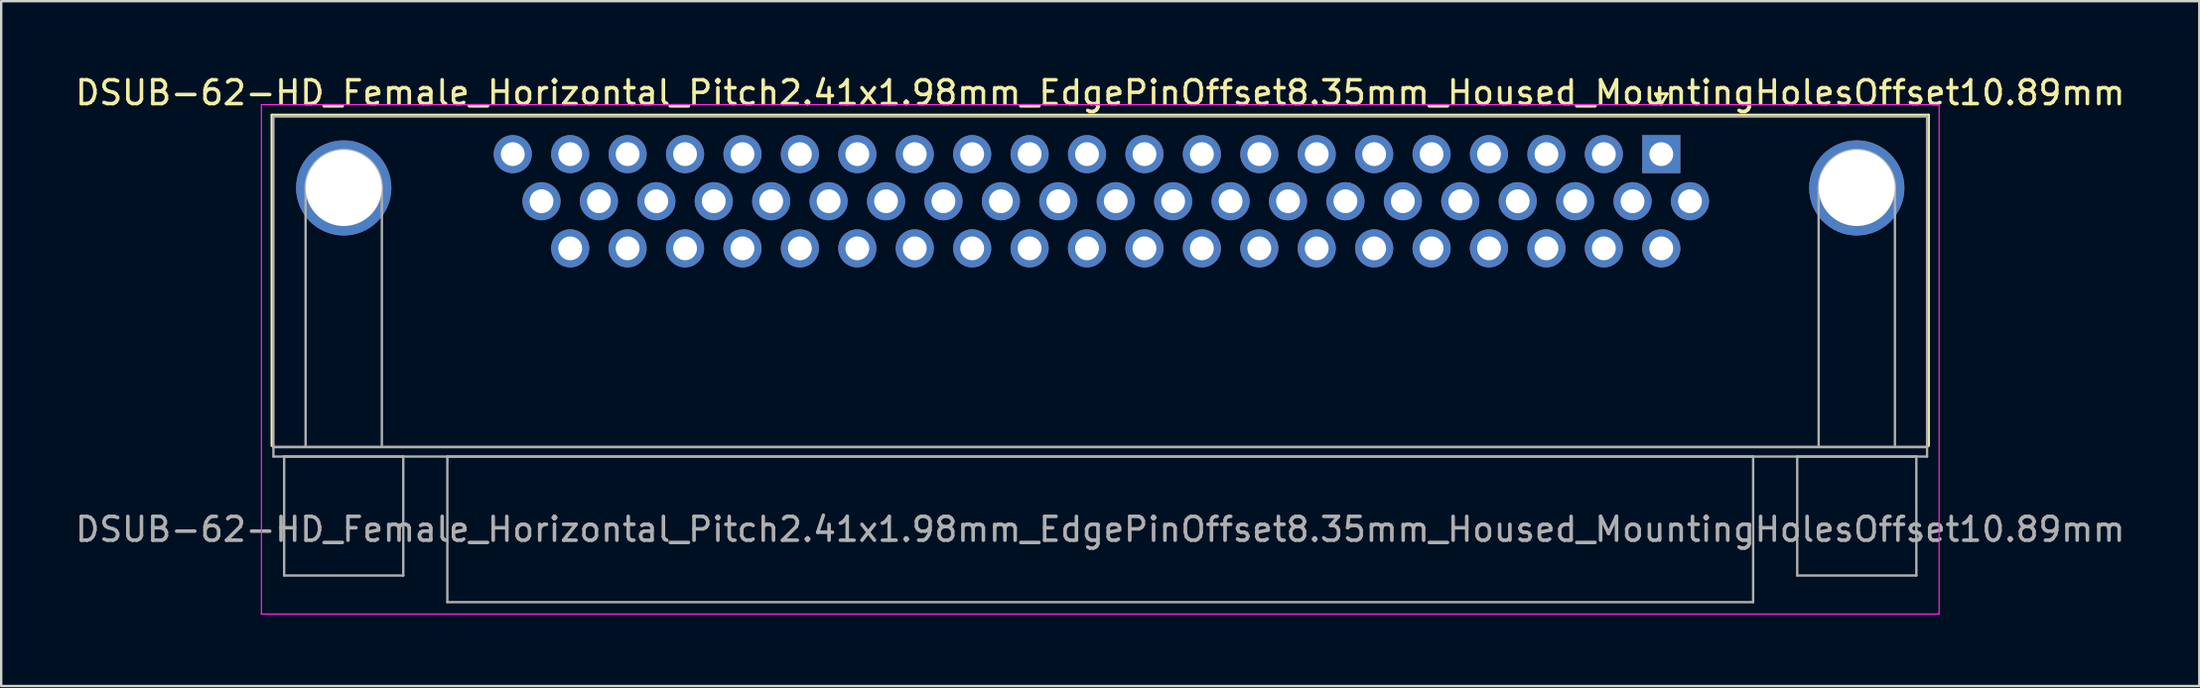
<source format=kicad_pcb>
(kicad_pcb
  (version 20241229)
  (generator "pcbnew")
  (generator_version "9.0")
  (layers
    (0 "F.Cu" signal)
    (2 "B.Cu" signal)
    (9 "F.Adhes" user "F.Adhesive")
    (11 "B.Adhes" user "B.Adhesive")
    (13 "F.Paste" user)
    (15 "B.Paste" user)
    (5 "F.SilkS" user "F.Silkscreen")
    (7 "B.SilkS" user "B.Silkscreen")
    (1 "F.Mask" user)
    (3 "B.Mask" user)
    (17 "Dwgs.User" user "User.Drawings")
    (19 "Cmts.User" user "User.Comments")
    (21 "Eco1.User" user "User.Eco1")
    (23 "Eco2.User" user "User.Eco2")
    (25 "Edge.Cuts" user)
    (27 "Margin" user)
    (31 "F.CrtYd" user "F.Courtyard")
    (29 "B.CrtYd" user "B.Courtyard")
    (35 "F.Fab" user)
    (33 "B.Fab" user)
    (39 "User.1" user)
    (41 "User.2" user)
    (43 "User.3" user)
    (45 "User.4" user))
  (footprint "DSUB-62-HD_Female_Horizontal_Pitch2.41x1.98mm_EdgePinOffset8.35mm_Housed_MountingHolesOffset10.89mm"
    (layer "F.Cu")
    (at 66.67 3.428)
    (property "Reference" "DSUB-62-HD_Female_Horizontal_Pitch2.41x1.98mm_EdgePinOffset8.35mm_Housed_MountingHolesOffset10.89mm" (at -23.545 -2.58 0) (layer "F.SilkS") (effects (font (size 1 1) (thickness 0.15))))
    (attr through_hole)
    (fp_line (start -58.305 -1.64) (end 11.215 -1.64) (stroke (width 0.12) (type solid)) (layer "F.SilkS"))
    (fp_line (start -58.305 12.25) (end -58.305 -1.64) (stroke (width 0.12) (type solid)) (layer "F.SilkS"))
    (fp_line (start -0.25 -2.534) (end 0.25 -2.534) (stroke (width 0.12) (type solid)) (layer "F.SilkS"))
    (fp_line (start 0 -2.101) (end -0.25 -2.534) (stroke (width 0.12) (type solid)) (layer "F.SilkS"))
    (fp_line (start 0.25 -2.534) (end 0 -2.101) (stroke (width 0.12) (type solid)) (layer "F.SilkS"))
    (fp_line (start 11.215 -1.64) (end 11.215 12.25) (stroke (width 0.12) (type solid)) (layer "F.SilkS"))
    (fp_line (start -58.75 -2.08) (end -58.75 19.33) (stroke (width 0.05) (type solid)) (layer "F.CrtYd"))
    (fp_line (start -58.75 19.33) (end 11.66 19.33) (stroke (width 0.05) (type solid)) (layer "F.CrtYd"))
    (fp_line (start 11.66 -2.08) (end -58.75 -2.08) (stroke (width 0.05) (type solid)) (layer "F.CrtYd"))
    (fp_line (start 11.66 19.33) (end 11.66 -2.08) (stroke (width 0.05) (type solid)) (layer "F.CrtYd"))
    (fp_line (start -58.245 -1.58) (end -58.245 12.31) (stroke (width 0.1) (type solid)) (layer "F.Fab"))
    (fp_line (start -58.245 12.31) (end -58.245 12.71) (stroke (width 0.1) (type solid)) (layer "F.Fab"))
    (fp_line (start -58.245 12.31) (end 11.155 12.31) (stroke (width 0.1) (type solid)) (layer "F.Fab"))
    (fp_line (start -58.245 12.71) (end 11.155 12.71) (stroke (width 0.1) (type solid)) (layer "F.Fab"))
    (fp_line (start -57.795 12.71) (end -57.795 17.71) (stroke (width 0.1) (type solid)) (layer "F.Fab"))
    (fp_line (start -57.795 17.71) (end -52.795 17.71) (stroke (width 0.1) (type solid)) (layer "F.Fab"))
    (fp_line (start -56.895 12.31) (end -56.895 1.42) (stroke (width 0.1) (type solid)) (layer "F.Fab"))
    (fp_line (start -53.695 12.31) (end -53.695 1.42) (stroke (width 0.1) (type solid)) (layer "F.Fab"))
    (fp_line (start -52.795 12.71) (end -57.795 12.71) (stroke (width 0.1) (type solid)) (layer "F.Fab"))
    (fp_line (start -52.795 17.71) (end -52.795 12.71) (stroke (width 0.1) (type solid)) (layer "F.Fab"))
    (fp_line (start -50.945 12.71) (end -50.945 18.83) (stroke (width 0.1) (type solid)) (layer "F.Fab"))
    (fp_line (start -50.945 18.83) (end 3.855 18.83) (stroke (width 0.1) (type solid)) (layer "F.Fab"))
    (fp_line (start 3.855 12.71) (end -50.945 12.71) (stroke (width 0.1) (type solid)) (layer "F.Fab"))
    (fp_line (start 3.855 18.83) (end 3.855 12.71) (stroke (width 0.1) (type solid)) (layer "F.Fab"))
    (fp_line (start 5.705 12.71) (end 5.705 17.71) (stroke (width 0.1) (type solid)) (layer "F.Fab"))
    (fp_line (start 5.705 17.71) (end 10.705 17.71) (stroke (width 0.1) (type solid)) (layer "F.Fab"))
    (fp_line (start 6.605 12.31) (end 6.605 1.42) (stroke (width 0.1) (type solid)) (layer "F.Fab"))
    (fp_line (start 9.805 12.31) (end 9.805 1.42) (stroke (width 0.1) (type solid)) (layer "F.Fab"))
    (fp_line (start 10.705 12.71) (end 5.705 12.71) (stroke (width 0.1) (type solid)) (layer "F.Fab"))
    (fp_line (start 10.705 17.71) (end 10.705 12.71) (stroke (width 0.1) (type solid)) (layer "F.Fab"))
    (fp_line (start 11.155 -1.58) (end -58.245 -1.58) (stroke (width 0.1) (type solid)) (layer "F.Fab"))
    (fp_line (start 11.155 12.31) (end -58.245 12.31) (stroke (width 0.1) (type solid)) (layer "F.Fab"))
    (fp_line (start 11.155 12.31) (end 11.155 -1.58) (stroke (width 0.1) (type solid)) (layer "F.Fab"))
    (fp_line (start 11.155 12.71) (end 11.155 12.31) (stroke (width 0.1) (type solid)) (layer "F.Fab"))
    (fp_arc (start -56.895 1.42) (mid -55.295 -0.18) (end -53.695 1.42) (stroke (width 0.1) (type solid)) (layer "F.Fab"))
    (fp_arc (start 6.605 1.42) (mid 8.205 -0.18) (end 9.805 1.42) (stroke (width 0.1) (type solid)) (layer "F.Fab"))
    (fp_text user "${REFERENCE}" (at -23.545 15.77 0) (layer "F.Fab") (effects (font (size 1 1) (thickness 0.15))))
    (pad "0" thru_hole circle (at -55.295 1.42) (size 4 4) (drill 3.2) (layers "*.Cu" "*.Mask"))
    (pad "0" thru_hole circle (at 8.205 1.42) (size 4 4) (drill 3.2) (layers "*.Cu" "*.Mask"))
    (pad "1" thru_hole rect (at 0 0) (size 1.6 1.6) (drill 1) (layers "*.Cu" "*.Mask"))
    (pad "2" thru_hole circle (at -2.41 0) (size 1.6 1.6) (drill 1) (layers "*.Cu" "*.Mask"))
    (pad "3" thru_hole circle (at -4.82 0) (size 1.6 1.6) (drill 1) (layers "*.Cu" "*.Mask"))
    (pad "4" thru_hole circle (at -7.23 0) (size 1.6 1.6) (drill 1) (layers "*.Cu" "*.Mask"))
    (pad "5" thru_hole circle (at -9.64 0) (size 1.6 1.6) (drill 1) (layers "*.Cu" "*.Mask"))
    (pad "6" thru_hole circle (at -12.05 0) (size 1.6 1.6) (drill 1) (layers "*.Cu" "*.Mask"))
    (pad "7" thru_hole circle (at -14.46 0) (size 1.6 1.6) (drill 1) (layers "*.Cu" "*.Mask"))
    (pad "8" thru_hole circle (at -16.87 0) (size 1.6 1.6) (drill 1) (layers "*.Cu" "*.Mask"))
    (pad "9" thru_hole circle (at -19.28 0) (size 1.6 1.6) (drill 1) (layers "*.Cu" "*.Mask"))
    (pad "10" thru_hole circle (at -21.69 0) (size 1.6 1.6) (drill 1) (layers "*.Cu" "*.Mask"))
    (pad "11" thru_hole circle (at -24.1 0) (size 1.6 1.6) (drill 1) (layers "*.Cu" "*.Mask"))
    (pad "12" thru_hole circle (at -26.51 0) (size 1.6 1.6) (drill 1) (layers "*.Cu" "*.Mask"))
    (pad "13" thru_hole circle (at -28.92 0) (size 1.6 1.6) (drill 1) (layers "*.Cu" "*.Mask"))
    (pad "14" thru_hole circle (at -31.33 0) (size 1.6 1.6) (drill 1) (layers "*.Cu" "*.Mask"))
    (pad "15" thru_hole circle (at -33.74 0) (size 1.6 1.6) (drill 1) (layers "*.Cu" "*.Mask"))
    (pad "16" thru_hole circle (at -36.15 0) (size 1.6 1.6) (drill 1) (layers "*.Cu" "*.Mask"))
    (pad "17" thru_hole circle (at -38.56 0) (size 1.6 1.6) (drill 1) (layers "*.Cu" "*.Mask"))
    (pad "18" thru_hole circle (at -40.97 0) (size 1.6 1.6) (drill 1) (layers "*.Cu" "*.Mask"))
    (pad "19" thru_hole circle (at -43.38 0) (size 1.6 1.6) (drill 1) (layers "*.Cu" "*.Mask"))
    (pad "20" thru_hole circle (at -45.79 0) (size 1.6 1.6) (drill 1) (layers "*.Cu" "*.Mask"))
    (pad "21" thru_hole circle (at -48.2 0) (size 1.6 1.6) (drill 1) (layers "*.Cu" "*.Mask"))
    (pad "22" thru_hole circle (at 1.205 1.98) (size 1.6 1.6) (drill 1) (layers "*.Cu" "*.Mask"))
    (pad "23" thru_hole circle (at -1.205 1.98) (size 1.6 1.6) (drill 1) (layers "*.Cu" "*.Mask"))
    (pad "24" thru_hole circle (at -3.615 1.98) (size 1.6 1.6) (drill 1) (layers "*.Cu" "*.Mask"))
    (pad "25" thru_hole circle (at -6.025 1.98) (size 1.6 1.6) (drill 1) (layers "*.Cu" "*.Mask"))
    (pad "26" thru_hole circle (at -8.435 1.98) (size 1.6 1.6) (drill 1) (layers "*.Cu" "*.Mask"))
    (pad "27" thru_hole circle (at -10.845 1.98) (size 1.6 1.6) (drill 1) (layers "*.Cu" "*.Mask"))
    (pad "28" thru_hole circle (at -13.255 1.98) (size 1.6 1.6) (drill 1) (layers "*.Cu" "*.Mask"))
    (pad "29" thru_hole circle (at -15.665 1.98) (size 1.6 1.6) (drill 1) (layers "*.Cu" "*.Mask"))
    (pad "30" thru_hole circle (at -18.075 1.98) (size 1.6 1.6) (drill 1) (layers "*.Cu" "*.Mask"))
    (pad "31" thru_hole circle (at -20.485 1.98) (size 1.6 1.6) (drill 1) (layers "*.Cu" "*.Mask"))
    (pad "32" thru_hole circle (at -22.895 1.98) (size 1.6 1.6) (drill 1) (layers "*.Cu" "*.Mask"))
    (pad "33" thru_hole circle (at -25.305 1.98) (size 1.6 1.6) (drill 1) (layers "*.Cu" "*.Mask"))
    (pad "34" thru_hole circle (at -27.715 1.98) (size 1.6 1.6) (drill 1) (layers "*.Cu" "*.Mask"))
    (pad "35" thru_hole circle (at -30.125 1.98) (size 1.6 1.6) (drill 1) (layers "*.Cu" "*.Mask"))
    (pad "36" thru_hole circle (at -32.535 1.98) (size 1.6 1.6) (drill 1) (layers "*.Cu" "*.Mask"))
    (pad "37" thru_hole circle (at -34.945 1.98) (size 1.6 1.6) (drill 1) (layers "*.Cu" "*.Mask"))
    (pad "38" thru_hole circle (at -37.355 1.98) (size 1.6 1.6) (drill 1) (layers "*.Cu" "*.Mask"))
    (pad "39" thru_hole circle (at -39.765 1.98) (size 1.6 1.6) (drill 1) (layers "*.Cu" "*.Mask"))
    (pad "40" thru_hole circle (at -42.175 1.98) (size 1.6 1.6) (drill 1) (layers "*.Cu" "*.Mask"))
    (pad "41" thru_hole circle (at -44.585 1.98) (size 1.6 1.6) (drill 1) (layers "*.Cu" "*.Mask"))
    (pad "42" thru_hole circle (at -46.995 1.98) (size 1.6 1.6) (drill 1) (layers "*.Cu" "*.Mask"))
    (pad "43" thru_hole circle (at 0 3.96) (size 1.6 1.6) (drill 1) (layers "*.Cu" "*.Mask"))
    (pad "44" thru_hole circle (at -2.41 3.96) (size 1.6 1.6) (drill 1) (layers "*.Cu" "*.Mask"))
    (pad "45" thru_hole circle (at -4.82 3.96) (size 1.6 1.6) (drill 1) (layers "*.Cu" "*.Mask"))
    (pad "46" thru_hole circle (at -7.23 3.96) (size 1.6 1.6) (drill 1) (layers "*.Cu" "*.Mask"))
    (pad "47" thru_hole circle (at -9.64 3.96) (size 1.6 1.6) (drill 1) (layers "*.Cu" "*.Mask"))
    (pad "48" thru_hole circle (at -12.05 3.96) (size 1.6 1.6) (drill 1) (layers "*.Cu" "*.Mask"))
    (pad "49" thru_hole circle (at -14.46 3.96) (size 1.6 1.6) (drill 1) (layers "*.Cu" "*.Mask"))
    (pad "50" thru_hole circle (at -16.87 3.96) (size 1.6 1.6) (drill 1) (layers "*.Cu" "*.Mask"))
    (pad "51" thru_hole circle (at -19.28 3.96) (size 1.6 1.6) (drill 1) (layers "*.Cu" "*.Mask"))
    (pad "52" thru_hole circle (at -21.69 3.96) (size 1.6 1.6) (drill 1) (layers "*.Cu" "*.Mask"))
    (pad "53" thru_hole circle (at -24.1 3.96) (size 1.6 1.6) (drill 1) (layers "*.Cu" "*.Mask"))
    (pad "54" thru_hole circle (at -26.51 3.96) (size 1.6 1.6) (drill 1) (layers "*.Cu" "*.Mask"))
    (pad "55" thru_hole circle (at -28.92 3.96) (size 1.6 1.6) (drill 1) (layers "*.Cu" "*.Mask"))
    (pad "56" thru_hole circle (at -31.33 3.96) (size 1.6 1.6) (drill 1) (layers "*.Cu" "*.Mask"))
    (pad "57" thru_hole circle (at -33.74 3.96) (size 1.6 1.6) (drill 1) (layers "*.Cu" "*.Mask"))
    (pad "58" thru_hole circle (at -36.15 3.96) (size 1.6 1.6) (drill 1) (layers "*.Cu" "*.Mask"))
    (pad "59" thru_hole circle (at -38.56 3.96) (size 1.6 1.6) (drill 1) (layers "*.Cu" "*.Mask"))
    (pad "60" thru_hole circle (at -40.97 3.96) (size 1.6 1.6) (drill 1) (layers "*.Cu" "*.Mask"))
    (pad "61" thru_hole circle (at -43.38 3.96) (size 1.6 1.6) (drill 1) (layers "*.Cu" "*.Mask"))
    (pad "62" thru_hole circle (at -45.79 3.96) (size 1.6 1.6) (drill 1) (layers "*.Cu" "*.Mask")))
  (gr_rect
    (start -3 -3)
    (end 89.25 25.783)
    (stroke (width 0.1) (type default))
    (fill no)
    (layer "Edge.Cuts")))
</source>
